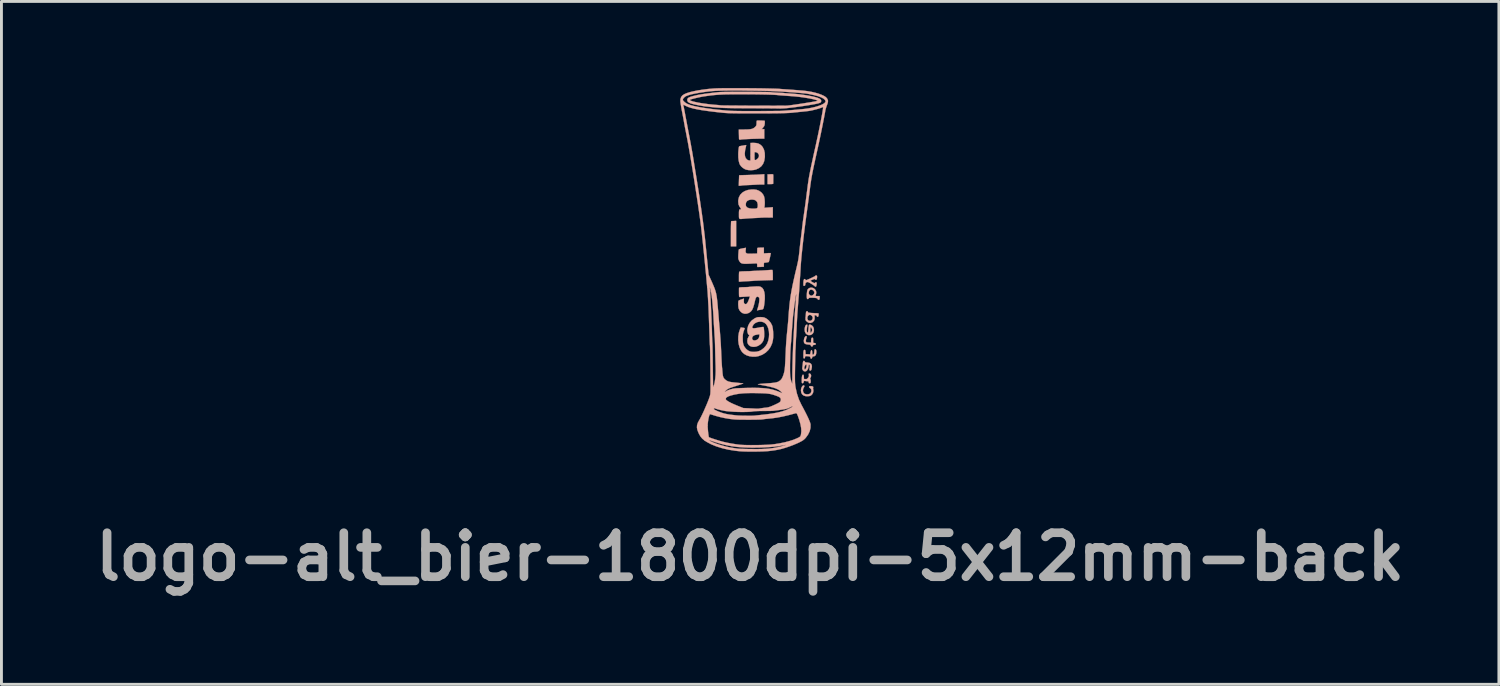
<source format=kicad_pcb>
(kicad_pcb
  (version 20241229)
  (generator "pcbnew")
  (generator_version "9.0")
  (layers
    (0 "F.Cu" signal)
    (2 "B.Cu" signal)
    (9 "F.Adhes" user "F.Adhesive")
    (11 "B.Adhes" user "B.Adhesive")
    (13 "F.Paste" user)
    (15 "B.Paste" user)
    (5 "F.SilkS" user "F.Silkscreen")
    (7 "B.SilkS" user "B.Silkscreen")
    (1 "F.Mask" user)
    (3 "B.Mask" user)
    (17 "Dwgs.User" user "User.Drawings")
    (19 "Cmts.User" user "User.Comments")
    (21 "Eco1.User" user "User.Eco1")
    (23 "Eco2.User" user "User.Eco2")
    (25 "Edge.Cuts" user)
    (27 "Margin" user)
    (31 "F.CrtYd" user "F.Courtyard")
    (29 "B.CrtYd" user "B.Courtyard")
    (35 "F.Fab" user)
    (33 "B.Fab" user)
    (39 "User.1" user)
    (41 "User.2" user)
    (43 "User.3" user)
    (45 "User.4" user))
  (footprint "logo-alt_bier-1800dpi-5x12mm-back"
    (layer "F.Cu")
    (at 22.915 6.416)
    (property "Reference" "logo-alt_bier-1800dpi-5x12mm-back" (at 0.025 9.825 0) (layer "F.Fab") (effects (font (size 1.524 1.524) (thickness 0.3))))
    (attr through_hole)
    (fp_poly (pts (xy -0.541 -1.81) (xy -0.587 -1.808) (xy -0.621 -1.806) (xy -0.633 -1.805) (xy -0.635 -1.791) (xy -0.638 -1.753) (xy -0.64 -1.693) (xy -0.642 -1.615) (xy -0.643 -1.522) (xy -0.643 -1.418) (xy -0.643 -1.367) (xy -0.643 -0.929) (xy -0.46 -0.929) (xy -0.46 -1.814) (xy -0.541 -1.81)) (stroke (width 0.01) (type solid)) (fill yes) (layer "B.SilkS"))
    (fp_poly (pts (xy 0.725 -3.429) (xy 0.627 -3.425) (xy 0.627 -3.088) (xy 0.725 -3.088) (xy 0.783 -3.09) (xy 0.815 -3.096) (xy 0.825 -3.106) (xy 0.825 -3.134) (xy 0.825 -3.181) (xy 0.825 -3.238) (xy 0.826 -3.297) (xy 0.826 -3.351) (xy 0.825 -3.393) (xy 0.825 -3.413) (xy 0.819 -3.424) (xy 0.8 -3.43) (xy 0.762 -3.431) (xy 0.725 -3.429)) (stroke (width 0.01) (type solid)) (fill yes) (layer "B.SilkS"))
    (fp_poly (pts (xy 0.383 -3.422) (xy 0.328 -3.419) (xy 0.252 -3.415) (xy 0.161 -3.411) (xy 0.062 -3.408) (xy -0.039 -3.404) (xy -0.051 -3.404) (xy -0.14 -3.401) (xy -0.219 -3.399) (xy -0.284 -3.397) (xy -0.33 -3.395) (xy -0.354 -3.394) (xy -0.356 -3.394) (xy -0.357 -3.38) (xy -0.359 -3.343) (xy -0.361 -3.289) (xy -0.364 -3.222) (xy -0.364 -3.212) (xy -0.37 -3.032) (xy -0.325 -3.032) (xy -0.293 -3.034) (xy -0.275 -3.038) (xy -0.275 -3.038) (xy -0.259 -3.041) (xy -0.22 -3.045) (xy -0.163 -3.048) (xy -0.094 -3.052) (xy -0.057 -3.054) (xy 0.024 -3.057) (xy 0.101 -3.061) (xy 0.167 -3.064) (xy 0.214 -3.067) (xy 0.224 -3.067) (xy 0.275 -3.07) (xy 0.34 -3.072) (xy 0.404 -3.073) (xy 0.514 -3.074) (xy 0.514 -3.431) (xy 0.383 -3.422)) (stroke (width 0.01) (type solid)) (fill yes) (layer "B.SilkS"))
    (fp_poly (pts (xy 1.872 3.885) (xy 1.84 3.904) (xy 1.812 3.944) (xy 1.792 3.995) (xy 1.784 4.052) (xy 1.784 4.055) (xy 1.794 4.135) (xy 1.825 4.196) (xy 1.877 4.238) (xy 1.948 4.26) (xy 2.002 4.263) (xy 2.075 4.257) (xy 2.127 4.239) (xy 2.131 4.236) (xy 2.173 4.196) (xy 2.203 4.141) (xy 2.216 4.08) (xy 2.211 4.032) (xy 2.204 3.995) (xy 2.207 3.967) (xy 2.208 3.966) (xy 2.212 3.94) (xy 2.191 3.922) (xy 2.149 3.912) (xy 2.128 3.911) (xy 2.089 3.913) (xy 2.071 3.921) (xy 2.066 3.938) (xy 2.066 3.939) (xy 2.079 3.967) (xy 2.1 3.981) (xy 2.13 4.006) (xy 2.145 4.045) (xy 2.144 4.091) (xy 2.13 4.136) (xy 2.101 4.17) (xy 2.09 4.176) (xy 2.029 4.195) (xy 1.967 4.194) (xy 1.912 4.176) (xy 1.889 4.158) (xy 1.862 4.113) (xy 1.853 4.057) (xy 1.863 3.999) (xy 1.884 3.962) (xy 1.902 3.927) (xy 1.903 3.9) (xy 1.887 3.885) (xy 1.872 3.885)) (stroke (width 0.01) (type solid)) (fill yes) (layer "B.SilkS"))
    (fp_poly (pts (xy 1.935 2.191) (xy 1.913 2.224) (xy 1.895 2.27) (xy 1.885 2.325) (xy 1.884 2.346) (xy 1.89 2.4) (xy 1.913 2.436) (xy 1.957 2.458) (xy 2.025 2.469) (xy 2.028 2.469) (xy 2.078 2.473) (xy 2.107 2.479) (xy 2.121 2.49) (xy 2.125 2.505) (xy 2.138 2.529) (xy 2.16 2.541) (xy 2.182 2.538) (xy 2.193 2.519) (xy 2.193 2.516) (xy 2.199 2.496) (xy 2.222 2.486) (xy 2.246 2.483) (xy 2.282 2.477) (xy 2.297 2.463) (xy 2.299 2.45) (xy 2.291 2.429) (xy 2.265 2.419) (xy 2.253 2.418) (xy 2.207 2.413) (xy 2.207 2.322) (xy 2.206 2.273) (xy 2.202 2.245) (xy 2.193 2.234) (xy 2.18 2.232) (xy 2.157 2.239) (xy 2.143 2.264) (xy 2.137 2.311) (xy 2.136 2.339) (xy 2.136 2.401) (xy 2.067 2.401) (xy 2.022 2.399) (xy 1.986 2.395) (xy 1.975 2.392) (xy 1.958 2.372) (xy 1.954 2.333) (xy 1.963 2.282) (xy 1.974 2.25) (xy 1.987 2.208) (xy 1.982 2.185) (xy 1.981 2.184) (xy 1.959 2.176) (xy 1.935 2.191)) (stroke (width 0.01) (type solid)) (fill yes) (layer "B.SilkS"))
    (fp_poly (pts (xy 2.066 1.789) (xy 2.055 1.821) (xy 2.048 1.876) (xy 2.044 1.921) (xy 2.039 1.98) (xy 2.032 2.027) (xy 2.026 2.056) (xy 2.022 2.062) (xy 2.007 2.051) (xy 1.994 2.032) (xy 1.985 1.997) (xy 1.986 1.94) (xy 1.997 1.86) (xy 2.004 1.825) (xy 2.008 1.793) (xy 2.001 1.782) (xy 1.98 1.782) (xy 1.952 1.8) (xy 1.93 1.841) (xy 1.916 1.901) (xy 1.912 1.961) (xy 1.922 2.031) (xy 1.951 2.087) (xy 1.996 2.126) (xy 2.051 2.145) (xy 2.113 2.141) (xy 2.154 2.125) (xy 2.198 2.086) (xy 2.225 2.032) (xy 2.235 1.971) (xy 2.233 1.951) (xy 2.171 1.951) (xy 2.17 1.981) (xy 2.159 2.013) (xy 2.139 2.05) (xy 2.124 2.06) (xy 2.114 2.043) (xy 2.109 1.999) (xy 2.108 1.971) (xy 2.111 1.913) (xy 2.119 1.88) (xy 2.132 1.873) (xy 2.149 1.893) (xy 2.158 1.913) (xy 2.171 1.951) (xy 2.233 1.951) (xy 2.229 1.908) (xy 2.205 1.852) (xy 2.164 1.809) (xy 2.151 1.801) (xy 2.111 1.783) (xy 2.084 1.778) (xy 2.066 1.789)) (stroke (width 0.01) (type solid)) (fill yes) (layer "B.SilkS"))
    (fp_poly (pts (xy 2.058 3.477) (xy 2.054 3.494) (xy 2.058 3.524) (xy 2.061 3.562) (xy 2.049 3.595) (xy 2.03 3.623) (xy 2.002 3.655) (xy 1.977 3.668) (xy 1.941 3.668) (xy 1.889 3.664) (xy 1.885 3.59) (xy 1.881 3.545) (xy 1.873 3.523) (xy 1.859 3.516) (xy 1.855 3.516) (xy 1.837 3.526) (xy 1.824 3.557) (xy 1.816 3.611) (xy 1.812 3.69) (xy 1.812 3.717) (xy 1.813 3.767) (xy 1.816 3.796) (xy 1.825 3.809) (xy 1.839 3.812) (xy 1.84 3.812) (xy 1.864 3.803) (xy 1.877 3.771) (xy 1.878 3.768) (xy 1.887 3.739) (xy 1.903 3.73) (xy 1.929 3.733) (xy 1.975 3.739) (xy 2.011 3.741) (xy 2.041 3.746) (xy 2.051 3.763) (xy 2.052 3.777) (xy 2.059 3.805) (xy 2.078 3.812) (xy 2.104 3.807) (xy 2.113 3.803) (xy 2.12 3.782) (xy 2.122 3.746) (xy 2.12 3.708) (xy 2.113 3.678) (xy 2.106 3.668) (xy 2.098 3.656) (xy 2.112 3.629) (xy 2.113 3.628) (xy 2.133 3.583) (xy 2.136 3.538) (xy 2.123 3.5) (xy 2.096 3.477) (xy 2.076 3.473) (xy 2.058 3.477)) (stroke (width 0.01) (type solid)) (fill yes) (layer "B.SilkS"))
    (fp_poly (pts (xy 0.733 -0.114) (xy 0.68 -0.11) (xy 0.666 -0.109) (xy 0.611 -0.105) (xy 0.536 -0.1) (xy 0.449 -0.095) (xy 0.36 -0.091) (xy 0.325 -0.089) (xy 0.244 -0.086) (xy 0.171 -0.082) (xy 0.11 -0.079) (xy 0.068 -0.076) (xy 0.055 -0.075) (xy 0.025 -0.073) (xy -0.027 -0.07) (xy -0.092 -0.069) (xy -0.164 -0.067) (xy -0.168 -0.067) (xy -0.236 -0.065) (xy -0.294 -0.062) (xy -0.336 -0.057) (xy -0.355 -0.052) (xy -0.356 -0.051) (xy -0.359 -0.033) (xy -0.362 0.008) (xy -0.364 0.065) (xy -0.364 0.127) (xy -0.364 0.291) (xy -0.328 0.293) (xy -0.299 0.292) (xy -0.287 0.29) (xy -0.272 0.288) (xy -0.234 0.285) (xy -0.179 0.282) (xy -0.111 0.278) (xy -0.086 0.277) (xy -0.011 0.273) (xy 0.056 0.269) (xy 0.109 0.266) (xy 0.142 0.263) (xy 0.146 0.262) (xy 0.17 0.26) (xy 0.218 0.258) (xy 0.284 0.255) (xy 0.365 0.252) (xy 0.456 0.248) (xy 0.495 0.247) (xy 0.81 0.237) (xy 0.81 0.064) (xy 0.809 -0.018) (xy 0.805 -0.076) (xy 0.799 -0.108) (xy 0.795 -0.114) (xy 0.774 -0.115) (xy 0.733 -0.114)) (stroke (width 0.01) (type solid)) (fill yes) (layer "B.SilkS"))
    (fp_poly (pts (xy 0.276 -5.291) (xy 0.27 -5.291) (xy 0.256 -5.286) (xy 0.249 -5.268) (xy 0.246 -5.232) (xy 0.246 -5.203) (xy 0.244 -5.154) (xy 0.237 -5.121) (xy 0.221 -5.094) (xy 0.193 -5.064) (xy 0.156 -5.034) (xy 0.114 -5.011) (xy 0.061 -4.995) (xy -0.007 -4.985) (xy -0.095 -4.98) (xy -0.189 -4.979) (xy -0.368 -4.979) (xy -0.366 -4.835) (xy -0.364 -4.77) (xy -0.363 -4.714) (xy -0.362 -4.673) (xy -0.362 -4.658) (xy -0.354 -4.633) (xy -0.328 -4.626) (xy -0.3 -4.629) (xy -0.289 -4.632) (xy -0.274 -4.635) (xy -0.234 -4.638) (xy -0.176 -4.642) (xy -0.103 -4.646) (xy -0.021 -4.65) (xy 0.066 -4.654) (xy 0.153 -4.657) (xy 0.236 -4.659) (xy 0.31 -4.661) (xy 0.369 -4.662) (xy 0.514 -4.662) (xy 0.514 -4.828) (xy 0.514 -4.993) (xy 0.424 -4.993) (xy 0.46 -5.032) (xy 0.489 -5.068) (xy 0.512 -5.102) (xy 0.513 -5.105) (xy 0.522 -5.133) (xy 0.529 -5.175) (xy 0.532 -5.221) (xy 0.532 -5.259) (xy 0.527 -5.281) (xy 0.526 -5.282) (xy 0.511 -5.284) (xy 0.475 -5.287) (xy 0.426 -5.289) (xy 0.371 -5.291) (xy 0.318 -5.291) (xy 0.276 -5.291)) (stroke (width 0.01) (type solid)) (fill yes) (layer "B.SilkS"))
    (fp_poly (pts (xy 1.87 3.04) (xy 1.86 3.055) (xy 1.853 3.089) (xy 1.849 3.124) (xy 1.843 3.182) (xy 1.836 3.239) (xy 1.832 3.269) (xy 1.834 3.324) (xy 1.854 3.366) (xy 1.887 3.394) (xy 1.928 3.403) (xy 1.97 3.389) (xy 1.993 3.37) (xy 2.026 3.319) (xy 2.046 3.254) (xy 2.052 3.202) (xy 2.054 3.186) (xy 1.98 3.186) (xy 1.978 3.225) (xy 1.978 3.226) (xy 1.967 3.275) (xy 1.951 3.31) (xy 1.932 3.329) (xy 1.915 3.329) (xy 1.902 3.306) (xy 1.899 3.294) (xy 1.902 3.258) (xy 1.915 3.218) (xy 1.934 3.183) (xy 1.955 3.164) (xy 1.961 3.163) (xy 1.975 3.167) (xy 1.98 3.186) (xy 2.054 3.186) (xy 2.056 3.175) (xy 2.07 3.171) (xy 2.075 3.173) (xy 2.088 3.184) (xy 2.092 3.208) (xy 2.089 3.246) (xy 2.083 3.292) (xy 2.078 3.33) (xy 2.077 3.339) (xy 2.083 3.364) (xy 2.104 3.372) (xy 2.126 3.37) (xy 2.14 3.35) (xy 2.15 3.323) (xy 2.164 3.241) (xy 2.157 3.178) (xy 2.128 3.132) (xy 2.077 3.104) (xy 2.004 3.093) (xy 1.988 3.092) (xy 1.948 3.09) (xy 1.928 3.079) (xy 1.921 3.064) (xy 1.903 3.041) (xy 1.885 3.036) (xy 1.87 3.04)) (stroke (width 0.01) (type solid)) (fill yes) (layer "B.SilkS"))
    (fp_poly (pts (xy 2.262 2.638) (xy 2.252 2.67) (xy 2.249 2.706) (xy 2.244 2.765) (xy 2.229 2.806) (xy 2.205 2.824) (xy 2.2 2.824) (xy 2.187 2.815) (xy 2.179 2.784) (xy 2.176 2.743) (xy 2.171 2.694) (xy 2.163 2.669) (xy 2.151 2.662) (xy 2.135 2.674) (xy 2.122 2.711) (xy 2.117 2.737) (xy 2.104 2.811) (xy 2.025 2.807) (xy 1.946 2.803) (xy 1.942 2.729) (xy 1.937 2.685) (xy 1.929 2.662) (xy 1.915 2.655) (xy 1.911 2.655) (xy 1.893 2.659) (xy 1.881 2.674) (xy 1.873 2.703) (xy 1.869 2.753) (xy 1.868 2.825) (xy 1.869 2.885) (xy 1.871 2.923) (xy 1.876 2.942) (xy 1.886 2.95) (xy 1.897 2.951) (xy 1.919 2.943) (xy 1.925 2.917) (xy 1.927 2.891) (xy 1.939 2.877) (xy 1.966 2.872) (xy 2.013 2.875) (xy 2.027 2.876) (xy 2.073 2.882) (xy 2.097 2.89) (xy 2.108 2.905) (xy 2.111 2.921) (xy 2.123 2.954) (xy 2.143 2.963) (xy 2.162 2.948) (xy 2.172 2.924) (xy 2.183 2.893) (xy 2.205 2.881) (xy 2.22 2.881) (xy 2.259 2.871) (xy 2.285 2.852) (xy 2.304 2.817) (xy 2.315 2.767) (xy 2.318 2.713) (xy 2.311 2.668) (xy 2.302 2.649) (xy 2.28 2.631) (xy 2.262 2.638)) (stroke (width 0.01) (type solid)) (fill yes) (layer "B.SilkS"))
    (fp_poly (pts (xy 2.103 0.502) (xy 2.05 0.527) (xy 2.014 0.565) (xy 2.004 0.594) (xy 1.995 0.643) (xy 1.989 0.702) (xy 1.986 0.763) (xy 1.986 0.82) (xy 1.99 0.864) (xy 1.998 0.887) (xy 2.02 0.897) (xy 2.043 0.888) (xy 2.052 0.868) (xy 2.06 0.857) (xy 2.086 0.851) (xy 2.135 0.849) (xy 2.142 0.849) (xy 2.236 0.851) (xy 2.303 0.858) (xy 2.345 0.871) (xy 2.362 0.889) (xy 2.362 0.893) (xy 2.373 0.913) (xy 2.398 0.92) (xy 2.423 0.911) (xy 2.423 0.91) (xy 2.429 0.891) (xy 2.433 0.856) (xy 2.433 0.846) (xy 2.433 0.792) (xy 2.361 0.792) (xy 2.318 0.791) (xy 2.298 0.787) (xy 2.294 0.775) (xy 2.297 0.76) (xy 2.312 0.703) (xy 2.314 0.672) (xy 2.249 0.672) (xy 2.237 0.713) (xy 2.207 0.75) (xy 2.167 0.774) (xy 2.144 0.778) (xy 2.107 0.768) (xy 2.08 0.75) (xy 2.058 0.71) (xy 2.055 0.661) (xy 2.069 0.613) (xy 2.099 0.578) (xy 2.1 0.577) (xy 2.138 0.567) (xy 2.179 0.577) (xy 2.217 0.604) (xy 2.243 0.64) (xy 2.249 0.672) (xy 2.314 0.672) (xy 2.315 0.661) (xy 2.308 0.624) (xy 2.301 0.605) (xy 2.266 0.551) (xy 2.217 0.516) (xy 2.16 0.499) (xy 2.103 0.502)) (stroke (width 0.01) (type solid)) (fill yes) (layer "B.SilkS"))
    (fp_poly (pts (xy 1.972 1.324) (xy 1.962 1.341) (xy 1.957 1.378) (xy 1.956 1.392) (xy 1.952 1.449) (xy 1.946 1.514) (xy 1.944 1.544) (xy 1.941 1.591) (xy 1.944 1.621) (xy 1.959 1.646) (xy 1.986 1.674) (xy 2.041 1.713) (xy 2.102 1.724) (xy 2.165 1.708) (xy 2.188 1.695) (xy 2.235 1.649) (xy 2.258 1.589) (xy 2.258 1.544) (xy 2.193 1.544) (xy 2.182 1.592) (xy 2.154 1.628) (xy 2.116 1.648) (xy 2.074 1.65) (xy 2.035 1.63) (xy 2.03 1.624) (xy 2.008 1.583) (xy 2.006 1.537) (xy 2.02 1.492) (xy 2.047 1.458) (xy 2.086 1.442) (xy 2.094 1.441) (xy 2.134 1.454) (xy 2.169 1.485) (xy 2.19 1.525) (xy 2.193 1.544) (xy 2.258 1.544) (xy 2.259 1.519) (xy 2.254 1.48) (xy 2.258 1.461) (xy 2.273 1.456) (xy 2.286 1.455) (xy 2.319 1.465) (xy 2.33 1.484) (xy 2.346 1.507) (xy 2.362 1.512) (xy 2.381 1.503) (xy 2.392 1.473) (xy 2.394 1.459) (xy 2.397 1.422) (xy 2.396 1.398) (xy 2.395 1.395) (xy 2.378 1.39) (xy 2.343 1.386) (xy 2.314 1.385) (xy 2.261 1.384) (xy 2.194 1.38) (xy 2.132 1.376) (xy 2.076 1.37) (xy 2.044 1.364) (xy 2.028 1.355) (xy 2.024 1.342) (xy 2.024 1.34) (xy 2.016 1.319) (xy 1.992 1.317) (xy 1.972 1.324)) (stroke (width 0.01) (type solid)) (fill yes) (layer "B.SilkS"))
    (fp_poly (pts (xy 2.296 0.077) (xy 2.282 0.092) (xy 2.266 0.104) (xy 2.23 0.123) (xy 2.18 0.148) (xy 2.124 0.174) (xy 2.067 0.2) (xy 2.015 0.222) (xy 1.975 0.237) (xy 1.954 0.242) (xy 1.941 0.23) (xy 1.939 0.221) (xy 1.927 0.203) (xy 1.912 0.2) (xy 1.892 0.21) (xy 1.878 0.242) (xy 1.87 0.299) (xy 1.868 0.365) (xy 1.869 0.409) (xy 1.874 0.431) (xy 1.885 0.438) (xy 1.9 0.437) (xy 1.923 0.428) (xy 1.933 0.403) (xy 1.936 0.381) (xy 1.944 0.343) (xy 1.965 0.321) (xy 1.982 0.312) (xy 2.003 0.305) (xy 2.024 0.306) (xy 2.051 0.315) (xy 2.09 0.335) (xy 2.137 0.362) (xy 2.188 0.394) (xy 2.229 0.422) (xy 2.254 0.442) (xy 2.259 0.449) (xy 2.278 0.465) (xy 2.291 0.468) (xy 2.308 0.46) (xy 2.319 0.434) (xy 2.325 0.403) (xy 2.329 0.361) (xy 2.328 0.332) (xy 2.326 0.325) (xy 2.305 0.313) (xy 2.28 0.319) (xy 2.269 0.333) (xy 2.26 0.343) (xy 2.241 0.341) (xy 2.207 0.324) (xy 2.195 0.317) (xy 2.148 0.289) (xy 2.124 0.271) (xy 2.122 0.257) (xy 2.141 0.243) (xy 2.172 0.229) (xy 2.228 0.207) (xy 2.263 0.2) (xy 2.277 0.209) (xy 2.278 0.214) (xy 2.289 0.225) (xy 2.304 0.228) (xy 2.323 0.22) (xy 2.335 0.192) (xy 2.339 0.172) (xy 2.343 0.131) (xy 2.341 0.099) (xy 2.34 0.095) (xy 2.321 0.075) (xy 2.296 0.077)) (stroke (width 0.01) (type solid)) (fill yes) (layer "B.SilkS"))
    (fp_poly (pts (xy 0.324 -0.885) (xy 0.287 -0.88) (xy 0.273 -0.871) (xy 0.272 -0.869) (xy 0.271 -0.846) (xy 0.27 -0.805) (xy 0.269 -0.767) (xy 0.267 -0.682) (xy 0.093 -0.678) (xy 0.018 -0.676) (xy -0.034 -0.677) (xy -0.069 -0.68) (xy -0.091 -0.687) (xy -0.107 -0.697) (xy -0.11 -0.699) (xy -0.127 -0.718) (xy -0.133 -0.744) (xy -0.132 -0.784) (xy -0.13 -0.803) (xy -0.122 -0.881) (xy -0.241 -0.861) (xy -0.31 -0.846) (xy -0.353 -0.832) (xy -0.369 -0.818) (xy -0.373 -0.795) (xy -0.378 -0.751) (xy -0.382 -0.693) (xy -0.385 -0.647) (xy -0.387 -0.579) (xy -0.387 -0.531) (xy -0.383 -0.496) (xy -0.373 -0.466) (xy -0.359 -0.435) (xy -0.335 -0.395) (xy -0.309 -0.365) (xy -0.276 -0.345) (xy -0.232 -0.333) (xy -0.173 -0.327) (xy -0.093 -0.327) (xy -0.015 -0.33) (xy 0.062 -0.333) (xy 0.131 -0.337) (xy 0.187 -0.339) (xy 0.224 -0.341) (xy 0.231 -0.341) (xy 0.253 -0.34) (xy 0.264 -0.328) (xy 0.268 -0.298) (xy 0.268 -0.28) (xy 0.27 -0.217) (xy 0.325 -0.217) (xy 0.377 -0.218) (xy 0.433 -0.221) (xy 0.44 -0.221) (xy 0.5 -0.225) (xy 0.5 -0.295) (xy 0.501 -0.338) (xy 0.508 -0.359) (xy 0.523 -0.365) (xy 0.524 -0.365) (xy 0.565 -0.368) (xy 0.61 -0.375) (xy 0.648 -0.382) (xy 0.669 -0.39) (xy 0.67 -0.391) (xy 0.676 -0.407) (xy 0.686 -0.444) (xy 0.698 -0.494) (xy 0.711 -0.55) (xy 0.723 -0.605) (xy 0.733 -0.653) (xy 0.739 -0.685) (xy 0.74 -0.693) (xy 0.727 -0.697) (xy 0.692 -0.699) (xy 0.642 -0.697) (xy 0.62 -0.695) (xy 0.5 -0.687) (xy 0.5 -0.887) (xy 0.387 -0.887) (xy 0.324 -0.885)) (stroke (width 0.01) (type solid)) (fill yes) (layer "B.SilkS"))
    (fp_poly (pts (xy 0.08 -4.515) (xy 0.034 -4.514) (xy 0.034 -3.907) (xy -0.007 -3.907) (xy -0.047 -3.916) (xy -0.082 -3.935) (xy -0.128 -3.987) (xy -0.155 -4.057) (xy -0.162 -4.146) (xy -0.151 -4.254) (xy -0.136 -4.323) (xy -0.124 -4.375) (xy -0.116 -4.416) (xy -0.113 -4.437) (xy -0.113 -4.439) (xy -0.127 -4.439) (xy -0.162 -4.434) (xy -0.208 -4.426) (xy -0.258 -4.417) (xy -0.305 -4.409) (xy -0.34 -4.401) (xy -0.356 -4.396) (xy -0.356 -4.396) (xy -0.364 -4.375) (xy -0.372 -4.332) (xy -0.379 -4.274) (xy -0.385 -4.206) (xy -0.388 -4.135) (xy -0.388 -4.127) (xy -0.386 -4.005) (xy -0.373 -3.897) (xy -0.35 -3.808) (xy -0.332 -3.764) (xy -0.289 -3.703) (xy -0.226 -3.647) (xy -0.155 -3.604) (xy -0.116 -3.589) (xy -0.033 -3.573) (xy 0.061 -3.569) (xy 0.153 -3.577) (xy 0.227 -3.594) (xy 0.33 -3.642) (xy 0.412 -3.706) (xy 0.472 -3.788) (xy 0.512 -3.888) (xy 0.532 -4.009) (xy 0.534 -4.041) (xy 0.534 -4.054) (xy 0.33 -4.054) (xy 0.308 -4) (xy 0.282 -3.969) (xy 0.248 -3.94) (xy 0.216 -3.923) (xy 0.205 -3.921) (xy 0.191 -3.923) (xy 0.183 -3.931) (xy 0.178 -3.951) (xy 0.176 -3.988) (xy 0.175 -4.047) (xy 0.175 -4.064) (xy 0.176 -4.128) (xy 0.178 -4.169) (xy 0.182 -4.191) (xy 0.189 -4.199) (xy 0.197 -4.198) (xy 0.23 -4.19) (xy 0.24 -4.189) (xy 0.264 -4.18) (xy 0.293 -4.157) (xy 0.296 -4.154) (xy 0.326 -4.107) (xy 0.33 -4.054) (xy 0.534 -4.054) (xy 0.53 -4.17) (xy 0.504 -4.28) (xy 0.458 -4.372) (xy 0.413 -4.425) (xy 0.361 -4.466) (xy 0.305 -4.494) (xy 0.238 -4.51) (xy 0.153 -4.516) (xy 0.08 -4.515)) (stroke (width 0.01) (type solid)) (fill yes) (layer "B.SilkS"))
    (fp_poly (pts (xy 0.07 -2.901) (xy -0.054 -2.884) (xy -0.161 -2.846) (xy -0.249 -2.791) (xy -0.318 -2.72) (xy -0.364 -2.633) (xy -0.387 -2.534) (xy -0.389 -2.488) (xy -0.381 -2.398) (xy -0.353 -2.322) (xy -0.316 -2.266) (xy -0.293 -2.233) (xy -0.291 -2.215) (xy -0.311 -2.211) (xy -0.328 -2.212) (xy -0.344 -2.209) (xy -0.354 -2.194) (xy -0.36 -2.163) (xy -0.364 -2.111) (xy -0.364 -2.035) (xy -0.364 -2.032) (xy -0.364 -1.966) (xy -0.361 -1.921) (xy -0.352 -1.894) (xy -0.331 -1.881) (xy -0.294 -1.879) (xy -0.236 -1.884) (xy -0.185 -1.889) (xy -0.129 -1.894) (xy -0.054 -1.899) (xy 0.033 -1.905) (xy 0.121 -1.909) (xy 0.147 -1.911) (xy 0.224 -1.914) (xy 0.292 -1.918) (xy 0.345 -1.921) (xy 0.379 -1.924) (xy 0.387 -1.925) (xy 0.408 -1.926) (xy 0.452 -1.928) (xy 0.512 -1.929) (xy 0.584 -1.93) (xy 0.609 -1.93) (xy 0.81 -1.931) (xy 0.81 -2.287) (xy 0.66 -2.277) (xy 0.511 -2.267) (xy 0.521 -2.298) (xy 0.525 -2.326) (xy 0.528 -2.366) (xy 0.288 -2.366) (xy 0.286 -2.307) (xy 0.278 -2.27) (xy 0.259 -2.251) (xy 0.225 -2.242) (xy 0.184 -2.239) (xy 0.074 -2.239) (xy -0.012 -2.251) (xy -0.072 -2.275) (xy -0.092 -2.29) (xy -0.118 -2.325) (xy -0.128 -2.368) (xy -0.128 -2.389) (xy -0.116 -2.452) (xy -0.081 -2.501) (xy -0.024 -2.534) (xy 0.054 -2.551) (xy 0.091 -2.552) (xy 0.17 -2.542) (xy 0.229 -2.512) (xy 0.268 -2.463) (xy 0.286 -2.395) (xy 0.288 -2.366) (xy 0.528 -2.366) (xy 0.529 -2.374) (xy 0.531 -2.433) (xy 0.531 -2.466) (xy 0.525 -2.571) (xy 0.508 -2.656) (xy 0.475 -2.725) (xy 0.426 -2.786) (xy 0.404 -2.807) (xy 0.33 -2.858) (xy 0.246 -2.89) (xy 0.147 -2.903) (xy 0.07 -2.901)) (stroke (width 0.01) (type solid)) (fill yes) (layer "B.SilkS"))
    (fp_poly (pts (xy 0.216 0.458) (xy 0.162 0.461) (xy 0.094 0.465) (xy 0.037 0.469) (xy -0.004 0.473) (xy -0.023 0.476) (xy -0.024 0.476) (xy -0.04 0.478) (xy -0.079 0.48) (xy -0.134 0.482) (xy -0.197 0.484) (xy -0.268 0.486) (xy -0.317 0.489) (xy -0.345 0.494) (xy -0.359 0.501) (xy -0.362 0.509) (xy -0.362 0.532) (xy -0.363 0.576) (xy -0.363 0.634) (xy -0.363 0.679) (xy -0.362 0.746) (xy -0.36 0.789) (xy -0.356 0.813) (xy -0.349 0.823) (xy -0.338 0.825) (xy -0.338 0.825) (xy -0.314 0.823) (xy -0.269 0.82) (xy -0.209 0.816) (xy -0.148 0.813) (xy 0.016 0.803) (xy -0.018 0.907) (xy -0.039 0.962) (xy -0.063 1.011) (xy -0.084 1.043) (xy -0.086 1.045) (xy -0.113 1.068) (xy -0.135 1.071) (xy -0.156 1.063) (xy -0.178 1.05) (xy -0.19 1.029) (xy -0.194 0.994) (xy -0.194 0.939) (xy -0.193 0.931) (xy -0.191 0.878) (xy -0.279 0.908) (xy -0.326 0.925) (xy -0.362 0.942) (xy -0.379 0.953) (xy -0.385 0.978) (xy -0.388 1.022) (xy -0.389 1.077) (xy -0.386 1.134) (xy -0.381 1.186) (xy -0.375 1.219) (xy -0.346 1.283) (xy -0.299 1.34) (xy -0.248 1.378) (xy -0.172 1.404) (xy -0.095 1.401) (xy -0.026 1.377) (xy 0.024 1.346) (xy 0.065 1.307) (xy 0.1 1.256) (xy 0.13 1.187) (xy 0.157 1.098) (xy 0.182 0.997) (xy 0.195 0.941) (xy 0.209 0.892) (xy 0.219 0.86) (xy 0.244 0.823) (xy 0.278 0.811) (xy 0.314 0.826) (xy 0.319 0.83) (xy 0.334 0.846) (xy 0.341 0.867) (xy 0.343 0.9) (xy 0.341 0.953) (xy 0.34 0.962) (xy 0.332 1.03) (xy 0.316 1.108) (xy 0.297 1.178) (xy 0.262 1.289) (xy 0.293 1.281) (xy 0.324 1.275) (xy 0.37 1.268) (xy 0.398 1.264) (xy 0.434 1.258) (xy 0.46 1.249) (xy 0.478 1.232) (xy 0.491 1.202) (xy 0.502 1.156) (xy 0.512 1.088) (xy 0.517 1.05) (xy 0.532 0.898) (xy 0.532 0.768) (xy 0.517 0.659) (xy 0.489 0.573) (xy 0.447 0.511) (xy 0.391 0.473) (xy 0.363 0.463) (xy 0.328 0.458) (xy 0.281 0.457) (xy 0.216 0.458)) (stroke (width 0.01) (type solid)) (fill yes) (layer "B.SilkS"))
    (fp_poly (pts (xy 0.319 1.521) (xy 0.275 1.526) (xy 0.236 1.538) (xy 0.19 1.56) (xy 0.177 1.567) (xy 0.082 1.634) (xy 0.007 1.72) (xy -0.045 1.82) (xy -0.072 1.929) (xy -0.075 1.992) (xy -0.066 2.053) (xy -0.049 2.103) (xy -0.026 2.134) (xy -0.024 2.135) (xy -0.009 2.147) (xy -0.008 2.161) (xy -0.022 2.186) (xy -0.031 2.199) (xy -0.062 2.266) (xy -0.075 2.341) (xy -0.068 2.412) (xy -0.065 2.421) (xy -0.032 2.48) (xy 0.018 2.522) (xy 0.082 2.546) (xy 0.155 2.552) (xy 0.233 2.541) (xy 0.31 2.511) (xy 0.382 2.462) (xy 0.403 2.444) (xy 0.447 2.393) (xy 0.479 2.339) (xy 0.5 2.275) (xy 0.51 2.196) (xy 0.511 2.16) (xy 0.344 2.16) (xy 0.337 2.205) (xy 0.322 2.247) (xy 0.29 2.286) (xy 0.245 2.314) (xy 0.194 2.328) (xy 0.147 2.326) (xy 0.113 2.308) (xy 0.092 2.27) (xy 0.095 2.227) (xy 0.119 2.186) (xy 0.159 2.155) (xy 0.197 2.141) (xy 0.248 2.129) (xy 0.272 2.125) (xy 0.344 2.115) (xy 0.344 2.16) (xy 0.511 2.16) (xy 0.512 2.098) (xy 0.51 2.043) (xy 0.506 1.977) (xy 0.501 1.921) (xy 0.495 1.881) (xy 0.49 1.863) (xy 0.471 1.861) (xy 0.432 1.864) (xy 0.376 1.872) (xy 0.337 1.88) (xy 0.245 1.897) (xy 0.178 1.906) (xy 0.133 1.907) (xy 0.107 1.898) (xy 0.098 1.88) (xy 0.102 1.851) (xy 0.107 1.838) (xy 0.145 1.775) (xy 0.202 1.726) (xy 0.273 1.693) (xy 0.351 1.677) (xy 0.431 1.681) (xy 0.506 1.707) (xy 0.513 1.711) (xy 0.572 1.759) (xy 0.619 1.828) (xy 0.653 1.915) (xy 0.674 2.014) (xy 0.681 2.12) (xy 0.674 2.23) (xy 0.651 2.339) (xy 0.618 2.43) (xy 0.569 2.512) (xy 0.501 2.588) (xy 0.421 2.652) (xy 0.338 2.696) (xy 0.337 2.696) (xy 0.256 2.717) (xy 0.163 2.725) (xy 0.073 2.721) (xy 0.018 2.709) (xy -0.05 2.676) (xy -0.114 2.623) (xy -0.169 2.555) (xy -0.188 2.523) (xy -0.205 2.484) (xy -0.217 2.445) (xy -0.225 2.398) (xy -0.23 2.334) (xy -0.231 2.299) (xy -0.232 2.192) (xy -0.225 2.104) (xy -0.207 2.027) (xy -0.182 1.96) (xy -0.169 1.926) (xy -0.164 1.904) (xy -0.165 1.902) (xy -0.181 1.897) (xy -0.216 1.89) (xy -0.236 1.887) (xy -0.301 1.878) (xy -0.329 1.945) (xy -0.367 2.062) (xy -0.386 2.19) (xy -0.389 2.322) (xy -0.374 2.451) (xy -0.342 2.569) (xy -0.312 2.638) (xy -0.277 2.699) (xy -0.24 2.745) (xy -0.193 2.787) (xy -0.175 2.801) (xy -0.095 2.846) (xy 0.003 2.877) (xy 0.11 2.892) (xy 0.219 2.89) (xy 0.312 2.873) (xy 0.444 2.824) (xy 0.559 2.753) (xy 0.655 2.661) (xy 0.732 2.552) (xy 0.787 2.426) (xy 0.813 2.315) (xy 0.823 2.227) (xy 0.825 2.128) (xy 0.821 2.026) (xy 0.811 1.93) (xy 0.796 1.848) (xy 0.783 1.806) (xy 0.736 1.716) (xy 0.669 1.636) (xy 0.591 1.573) (xy 0.565 1.558) (xy 0.52 1.537) (xy 0.476 1.526) (xy 0.423 1.521) (xy 0.38 1.52) (xy 0.319 1.521)) (stroke (width 0.01) (type solid)) (fill yes) (layer "B.SilkS"))
    (fp_poly (pts (xy -0.408 -6.285) (xy -0.541 -6.285) (xy -0.664 -6.284) (xy -0.776 -6.283) (xy -0.874 -6.282) (xy -0.953 -6.28) (xy -1.011 -6.278) (xy -1.046 -6.276) (xy -1.242 -6.255) (xy -1.411 -6.234) (xy -1.554 -6.215) (xy -1.673 -6.198) (xy -1.768 -6.181) (xy -1.815 -6.171) (xy -1.921 -6.146) (xy -2.004 -6.124) (xy -2.064 -6.104) (xy -2.107 -6.085) (xy -2.133 -6.064) (xy -2.148 -6.04) (xy -2.153 -6.012) (xy -2.153 -6.002) (xy -2.148 -5.967) (xy -2.13 -5.937) (xy -2.096 -5.911) (xy -2.045 -5.887) (xy -1.972 -5.865) (xy -1.876 -5.842) (xy -1.805 -5.827) (xy -1.724 -5.812) (xy -1.644 -5.798) (xy -1.575 -5.786) (xy -1.523 -5.779) (xy -1.511 -5.778) (xy -1.457 -5.772) (xy -1.388 -5.765) (xy -1.315 -5.757) (xy -1.293 -5.755) (xy -1.217 -5.747) (xy -1.14 -5.741) (xy -1.057 -5.735) (xy -0.967 -5.73) (xy -0.867 -5.726) (xy -0.754 -5.723) (xy -0.626 -5.72) (xy -0.481 -5.718) (xy -0.315 -5.717) (xy -0.127 -5.715) (xy 0.087 -5.715) (xy 0.124 -5.715) (xy 0.281 -5.714) (xy 0.429 -5.714) (xy 0.568 -5.713) (xy 0.693 -5.712) (xy 0.803 -5.711) (xy 0.895 -5.71) (xy 0.967 -5.709) (xy 1.016 -5.708) (xy 1.04 -5.708) (xy 1.042 -5.707) (xy 1.067 -5.706) (xy 1.114 -5.708) (xy 1.174 -5.711) (xy 1.226 -5.714) (xy 1.316 -5.722) (xy 1.422 -5.734) (xy 1.541 -5.748) (xy 1.666 -5.765) (xy 1.796 -5.783) (xy 1.924 -5.802) (xy 2.046 -5.821) (xy 2.159 -5.84) (xy 2.258 -5.858) (xy 2.338 -5.874) (xy 2.395 -5.888) (xy 2.401 -5.89) (xy 2.447 -5.906) (xy 2.472 -5.923) (xy 2.484 -5.947) (xy 2.484 -5.949) (xy 2.485 -5.975) (xy 2.357 -5.975) (xy 2.34 -5.967) (xy 2.314 -5.96) (xy 2.265 -5.95) (xy 2.195 -5.938) (xy 2.11 -5.923) (xy 2.013 -5.908) (xy 1.908 -5.891) (xy 1.8 -5.874) (xy 1.691 -5.858) (xy 1.587 -5.843) (xy 1.491 -5.829) (xy 1.407 -5.818) (xy 1.339 -5.81) (xy 1.311 -5.807) (xy 1.285 -5.806) (xy 1.235 -5.805) (xy 1.162 -5.804) (xy 1.069 -5.804) (xy 0.959 -5.804) (xy 0.834 -5.803) (xy 0.697 -5.804) (xy 0.551 -5.804) (xy 0.398 -5.804) (xy 0.242 -5.805) (xy 0.083 -5.805) (xy -0.074 -5.806) (xy -0.227 -5.807) (xy -0.374 -5.808) (xy -0.511 -5.809) (xy -0.637 -5.81) (xy -0.749 -5.811) (xy -0.844 -5.812) (xy -0.919 -5.813) (xy -0.972 -5.815) (xy -1 -5.816) (xy -1.003 -5.816) (xy -1.038 -5.821) (xy -1.09 -5.827) (xy -1.15 -5.832) (xy -1.159 -5.832) (xy -1.293 -5.844) (xy -1.424 -5.858) (xy -1.551 -5.875) (xy -1.669 -5.892) (xy -1.777 -5.911) (xy -1.871 -5.931) (xy -1.95 -5.95) (xy -2.01 -5.968) (xy -2.048 -5.986) (xy -2.063 -6.002) (xy -2.06 -6.01) (xy -2.04 -6.019) (xy -1.997 -6.033) (xy -1.937 -6.049) (xy -1.866 -6.067) (xy -1.788 -6.085) (xy -1.709 -6.102) (xy -1.634 -6.117) (xy -1.568 -6.128) (xy -1.568 -6.128) (xy -1.454 -6.144) (xy -1.35 -6.158) (xy -1.251 -6.169) (xy -1.154 -6.178) (xy -1.053 -6.185) (xy -0.946 -6.191) (xy -0.828 -6.195) (xy -0.696 -6.197) (xy -0.545 -6.199) (xy -0.371 -6.199) (xy -0.291 -6.199) (xy -0.089 -6.199) (xy 0.104 -6.198) (xy 0.285 -6.196) (xy 0.453 -6.193) (xy 0.604 -6.19) (xy 0.736 -6.186) (xy 0.848 -6.181) (xy 0.935 -6.176) (xy 0.986 -6.171) (xy 1.028 -6.167) (xy 1.081 -6.162) (xy 1.148 -6.157) (xy 1.233 -6.151) (xy 1.34 -6.143) (xy 1.445 -6.136) (xy 1.579 -6.125) (xy 1.716 -6.111) (xy 1.852 -6.093) (xy 1.981 -6.073) (xy 2.1 -6.052) (xy 2.202 -6.031) (xy 2.285 -6.009) (xy 2.327 -5.995) (xy 2.354 -5.983) (xy 2.357 -5.975) (xy 2.485 -5.975) (xy 2.486 -5.984) (xy 2.471 -6.015) (xy 2.436 -6.044) (xy 2.379 -6.07) (xy 2.298 -6.097) (xy 2.228 -6.115) (xy 2.124 -6.138) (xy 1.999 -6.161) (xy 1.858 -6.182) (xy 1.71 -6.201) (xy 1.56 -6.216) (xy 1.415 -6.227) (xy 1.381 -6.229) (xy 1.315 -6.233) (xy 1.26 -6.237) (xy 1.221 -6.24) (xy 1.205 -6.243) (xy 1.205 -6.243) (xy 1.189 -6.245) (xy 1.15 -6.248) (xy 1.093 -6.251) (xy 1.023 -6.255) (xy 0.986 -6.256) (xy 0.909 -6.26) (xy 0.839 -6.264) (xy 0.783 -6.268) (xy 0.747 -6.272) (xy 0.739 -6.273) (xy 0.715 -6.275) (xy 0.665 -6.277) (xy 0.593 -6.279) (xy 0.502 -6.281) (xy 0.395 -6.282) (xy 0.276 -6.283) (xy 0.146 -6.284) (xy 0.01 -6.285) (xy -0.13 -6.285) (xy -0.27 -6.285) (xy -0.408 -6.285)) (stroke (width 0.01) (type solid)) (fill yes) (layer "B.SilkS"))
    (fp_poly (pts (xy -0.685 -6.411) (xy -0.828 -6.41) (xy -0.956 -6.409) (xy -1.068 -6.407) (xy -1.159 -6.404) (xy -1.228 -6.401) (xy -1.236 -6.4) (xy -1.425 -6.384) (xy -1.613 -6.361) (xy -1.793 -6.333) (xy -1.957 -6.3) (xy -2.07 -6.272) (xy -2.179 -6.237) (xy -2.263 -6.2) (xy -2.324 -6.158) (xy -2.364 -6.108) (xy -2.386 -6.048) (xy -2.393 -5.977) (xy -2.393 -5.976) (xy -2.391 -5.938) (xy -2.383 -5.878) (xy -2.371 -5.802) (xy -2.357 -5.715) (xy -2.34 -5.623) (xy -2.337 -5.611) (xy -2.319 -5.514) (xy -2.3 -5.417) (xy -2.283 -5.326) (xy -2.269 -5.248) (xy -2.259 -5.191) (xy -2.259 -5.191) (xy -2.249 -5.136) (xy -2.235 -5.061) (xy -2.218 -4.97) (xy -2.198 -4.871) (xy -2.179 -4.769) (xy -2.173 -4.739) (xy -2.146 -4.602) (xy -2.116 -4.441) (xy -2.084 -4.258) (xy -2.049 -4.058) (xy -2.013 -3.843) (xy -1.976 -3.618) (xy -1.938 -3.385) (xy -1.901 -3.149) (xy -1.864 -2.912) (xy -1.828 -2.678) (xy -1.793 -2.451) (xy -1.761 -2.233) (xy -1.732 -2.029) (xy -1.706 -1.841) (xy -1.684 -1.674) (xy -1.681 -1.649) (xy -1.671 -1.566) (xy -1.659 -1.459) (xy -1.645 -1.332) (xy -1.629 -1.187) (xy -1.612 -1.029) (xy -1.595 -0.861) (xy -1.577 -0.688) (xy -1.559 -0.513) (xy -1.542 -0.339) (xy -1.526 -0.171) (xy -1.51 -0.011) (xy -1.496 0.135) (xy -1.49 0.2) (xy -1.482 0.296) (xy -1.473 0.387) (xy -1.466 0.468) (xy -1.46 0.533) (xy -1.456 0.577) (xy -1.455 0.588) (xy -1.451 0.634) (xy -1.447 0.698) (xy -1.442 0.768) (xy -1.441 0.792) (xy -1.436 0.867) (xy -1.432 0.947) (xy -1.428 1.018) (xy -1.427 1.032) (xy -1.424 1.086) (xy -1.42 1.159) (xy -1.417 1.243) (xy -1.413 1.329) (xy -1.413 1.35) (xy -1.409 1.443) (xy -1.405 1.545) (xy -1.402 1.643) (xy -1.399 1.725) (xy -1.398 1.731) (xy -1.396 1.801) (xy -1.393 1.891) (xy -1.389 1.993) (xy -1.386 2.098) (xy -1.383 2.182) (xy -1.38 2.272) (xy -1.377 2.355) (xy -1.374 2.426) (xy -1.371 2.481) (xy -1.368 2.512) (xy -1.368 2.514) (xy -1.367 2.537) (xy -1.365 2.585) (xy -1.363 2.657) (xy -1.361 2.748) (xy -1.36 2.857) (xy -1.358 2.98) (xy -1.356 3.116) (xy -1.354 3.26) (xy -1.353 3.368) (xy -1.352 3.539) (xy -1.35 3.684) (xy -1.35 3.806) (xy -1.349 3.907) (xy -1.349 3.99) (xy -1.35 4.056) (xy -1.351 4.109) (xy -1.354 4.15) (xy -1.356 4.183) (xy -1.36 4.208) (xy -1.365 4.23) (xy -1.37 4.25) (xy -1.374 4.264) (xy -1.401 4.344) (xy -1.438 4.44) (xy -1.482 4.548) (xy -1.531 4.662) (xy -1.581 4.775) (xy -1.631 4.882) (xy -1.678 4.978) (xy -1.719 5.056) (xy -1.741 5.092) (xy -1.788 5.18) (xy -1.814 5.261) (xy -1.82 5.34) (xy -1.806 5.424) (xy -1.77 5.519) (xy -1.743 5.576) (xy -1.694 5.659) (xy -1.635 5.73) (xy -1.559 5.793) (xy -1.487 5.841) (xy -1.328 5.926) (xy -1.145 6) (xy -0.943 6.063) (xy -0.724 6.114) (xy -0.492 6.151) (xy -0.333 6.168) (xy -0.236 6.174) (xy -0.118 6.178) (xy 0.015 6.18) (xy 0.155 6.18) (xy 0.296 6.178) (xy 0.432 6.175) (xy 0.554 6.169) (xy 0.657 6.162) (xy 0.676 6.16) (xy 0.763 6.15) (xy 0.858 6.137) (xy 0.947 6.122) (xy 1.006 6.111) (xy 1.12 6.084) (xy 1.25 6.046) (xy 1.386 6) (xy 1.521 5.95) (xy 1.527 5.947) (xy 1.257 5.947) (xy 1.248 5.954) (xy 1.216 5.965) (xy 1.169 5.98) (xy 1.11 5.996) (xy 1.047 6.012) (xy 0.983 6.026) (xy 0.944 6.034) (xy 0.825 6.055) (xy 0.703 6.071) (xy 0.573 6.082) (xy 0.432 6.089) (xy 0.273 6.092) (xy 0.092 6.091) (xy 0.048 6.091) (xy -0.058 6.089) (xy -0.156 6.087) (xy -0.243 6.084) (xy -0.315 6.082) (xy -0.367 6.08) (xy -0.395 6.078) (xy -0.397 6.078) (xy -0.431 6.073) (xy -0.483 6.065) (xy -0.542 6.057) (xy -0.552 6.055) (xy -0.665 6.036) (xy -0.787 6.01) (xy -0.912 5.977) (xy -1.035 5.941) (xy -1.149 5.903) (xy -1.251 5.864) (xy -1.334 5.827) (xy -1.378 5.802) (xy -1.401 5.785) (xy -1.405 5.779) (xy -1.398 5.781) (xy -1.186 5.853) (xy -0.99 5.912) (xy -0.803 5.958) (xy -0.619 5.993) (xy -0.432 6.018) (xy -0.235 6.034) (xy -0.022 6.042) (xy 0.14 6.043) (xy 0.335 6.041) (xy 0.521 6.034) (xy 0.695 6.024) (xy 0.853 6.011) (xy 0.99 5.994) (xy 1.104 5.974) (xy 1.122 5.971) (xy 1.179 5.959) (xy 1.224 5.95) (xy 1.251 5.947) (xy 1.257 5.947) (xy 1.527 5.947) (xy 1.646 5.897) (xy 1.72 5.863) (xy 1.792 5.826) (xy 1.845 5.795) (xy 1.886 5.765) (xy 1.923 5.731) (xy 1.952 5.699) (xy 2.031 5.59) (xy 2.086 5.476) (xy 2.087 5.473) (xy 1.798 5.473) (xy 1.787 5.574) (xy 1.782 5.6) (xy 1.773 5.631) (xy 1.761 5.653) (xy 1.741 5.671) (xy 1.706 5.691) (xy 1.652 5.718) (xy 1.651 5.718) (xy 1.531 5.768) (xy 1.388 5.814) (xy 1.23 5.856) (xy 1.062 5.891) (xy 0.89 5.919) (xy 0.752 5.935) (xy 0.665 5.941) (xy 0.559 5.946) (xy 0.44 5.95) (xy 0.312 5.953) (xy 0.181 5.954) (xy 0.052 5.955) (xy -0.069 5.954) (xy -0.178 5.951) (xy -0.268 5.947) (xy -0.33 5.943) (xy -0.463 5.926) (xy -0.611 5.902) (xy -0.761 5.874) (xy -0.901 5.843) (xy -0.926 5.836) (xy -0.975 5.823) (xy -1.038 5.805) (xy -1.109 5.783) (xy -1.182 5.76) (xy -1.253 5.737) (xy -1.316 5.716) (xy -1.365 5.698) (xy -1.396 5.686) (xy -1.403 5.682) (xy -1.41 5.663) (xy -1.417 5.622) (xy -1.425 5.566) (xy -1.433 5.5) (xy -1.439 5.43) (xy -1.444 5.364) (xy -1.447 5.306) (xy -1.447 5.287) (xy -1.444 5.219) (xy -1.437 5.146) (xy -1.426 5.074) (xy -1.413 5.006) (xy -1.398 4.948) (xy -1.383 4.906) (xy -1.369 4.885) (xy -1.362 4.883) (xy -1.341 4.889) (xy -1.299 4.902) (xy -1.243 4.919) (xy -1.188 4.937) (xy -1.025 4.981) (xy -0.848 5.02) (xy -0.672 5.049) (xy -0.516 5.066) (xy -0.462 5.069) (xy -0.388 5.072) (xy -0.299 5.073) (xy -0.199 5.074) (xy -0.092 5.075) (xy 0.016 5.075) (xy 0.121 5.074) (xy 0.22 5.073) (xy 0.307 5.071) (xy 0.378 5.069) (xy 0.428 5.066) (xy 0.45 5.063) (xy 0.49 5.057) (xy 0.542 5.05) (xy 0.563 5.048) (xy 0.607 5.044) (xy 0.67 5.037) (xy 0.741 5.03) (xy 0.789 5.025) (xy 0.956 5.002) (xy 1.143 4.967) (xy 1.349 4.919) (xy 1.569 4.86) (xy 1.615 4.847) (xy 1.631 4.853) (xy 1.65 4.88) (xy 1.673 4.931) (xy 1.701 5.007) (xy 1.726 5.082) (xy 1.767 5.23) (xy 1.791 5.36) (xy 1.798 5.473) (xy 2.087 5.473) (xy 2.115 5.359) (xy 2.117 5.244) (xy 2.116 5.232) (xy 2.104 5.184) (xy 2.078 5.114) (xy 2.038 5.022) (xy 1.985 4.911) (xy 1.919 4.781) (xy 1.842 4.634) (xy 1.828 4.609) (xy 1.501 4.609) (xy 1.489 4.624) (xy 1.456 4.647) (xy 1.408 4.674) (xy 1.351 4.703) (xy 1.289 4.731) (xy 1.247 4.747) (xy 1.153 4.78) (xy 1.053 4.808) (xy 0.942 4.833) (xy 0.818 4.856) (xy 0.677 4.877) (xy 0.513 4.897) (xy 0.365 4.913) (xy 0.3 4.92) (xy 0.242 4.926) (xy 0.2 4.931) (xy 0.182 4.933) (xy 0.149 4.935) (xy 0.093 4.937) (xy 0.021 4.937) (xy -0.062 4.937) (xy -0.15 4.936) (xy -0.236 4.935) (xy -0.316 4.933) (xy -0.384 4.93) (xy -0.432 4.927) (xy -0.446 4.926) (xy -0.512 4.918) (xy -0.583 4.91) (xy -0.622 4.905) (xy -0.682 4.898) (xy -0.752 4.886) (xy -0.811 4.875) (xy -0.874 4.86) (xy -0.945 4.839) (xy -1.017 4.813) (xy -1.087 4.786) (xy -1.148 4.759) (xy -1.197 4.734) (xy -1.228 4.714) (xy -1.236 4.702) (xy -1.225 4.682) (xy -1.199 4.679) (xy -1.182 4.686) (xy -1.149 4.699) (xy -1.095 4.715) (xy -1.028 4.733) (xy -0.955 4.75) (xy -0.884 4.764) (xy -0.848 4.771) (xy -0.762 4.782) (xy -0.66 4.791) (xy -0.547 4.799) (xy -0.427 4.804) (xy -0.307 4.807) (xy -0.191 4.807) (xy -0.084 4.805) (xy 0.009 4.801) (xy 0.083 4.794) (xy 0.12 4.788) (xy 0.154 4.783) (xy 0.211 4.779) (xy 0.285 4.776) (xy 0.371 4.773) (xy 0.463 4.772) (xy 0.48 4.772) (xy 0.572 4.772) (xy 0.658 4.771) (xy 0.733 4.77) (xy 0.791 4.768) (xy 0.827 4.766) (xy 0.831 4.765) (xy 0.952 4.75) (xy 1.047 4.737) (xy 1.123 4.726) (xy 1.18 4.717) (xy 1.225 4.709) (xy 1.259 4.702) (xy 1.286 4.695) (xy 1.297 4.692) (xy 1.34 4.677) (xy 1.372 4.664) (xy 1.381 4.658) (xy 1.402 4.646) (xy 1.434 4.632) (xy 1.467 4.618) (xy 1.493 4.61) (xy 1.501 4.609) (xy 1.828 4.609) (xy 1.798 4.553) (xy 1.715 4.377) (xy 1.086 4.377) (xy 1.082 4.409) (xy 1.075 4.433) (xy 1.061 4.454) (xy 1.036 4.476) (xy 0.997 4.499) (xy 0.939 4.528) (xy 0.86 4.565) (xy 0.85 4.569) (xy 0.773 4.603) (xy 0.713 4.626) (xy 0.662 4.642) (xy 0.612 4.652) (xy 0.553 4.659) (xy 0.542 4.66) (xy 0.477 4.668) (xy 0.417 4.676) (xy 0.371 4.683) (xy 0.358 4.686) (xy 0.313 4.692) (xy 0.259 4.694) (xy 0.238 4.693) (xy 0.197 4.691) (xy 0.136 4.687) (xy 0.062 4.684) (xy -0.016 4.68) (xy -0.023 4.68) (xy -0.213 4.671) (xy -0.43 4.585) (xy -0.543 4.537) (xy -0.641 4.492) (xy -0.719 4.45) (xy -0.777 4.413) (xy -0.811 4.382) (xy -0.818 4.37) (xy -0.818 4.334) (xy -0.79 4.3) (xy -0.734 4.268) (xy -0.652 4.238) (xy -0.543 4.21) (xy -0.533 4.207) (xy -0.434 4.188) (xy -0.338 4.173) (xy -0.239 4.163) (xy -0.131 4.156) (xy -0.01 4.153) (xy 0.129 4.152) (xy 0.261 4.154) (xy 0.389 4.157) (xy 0.493 4.161) (xy 0.578 4.165) (xy 0.65 4.173) (xy 0.714 4.182) (xy 0.774 4.196) (xy 0.834 4.213) (xy 0.901 4.236) (xy 0.943 4.251) (xy 1.012 4.279) (xy 1.057 4.307) (xy 1.08 4.338) (xy 1.086 4.377) (xy 1.715 4.377) (xy 1.711 4.368) (xy 1.645 4.17) (xy 1.599 3.96) (xy 1.592 3.918) (xy 1.586 3.877) (xy 1.582 3.833) (xy 1.579 3.784) (xy 1.577 3.726) (xy 1.576 3.655) (xy 1.576 3.568) (xy 1.577 3.461) (xy 1.579 3.332) (xy 1.58 3.255) (xy 1.582 3.131) (xy 1.584 3.015) (xy 1.586 2.91) (xy 1.588 2.819) (xy 1.59 2.745) (xy 1.591 2.693) (xy 1.593 2.664) (xy 1.593 2.662) (xy 1.596 2.633) (xy 1.599 2.582) (xy 1.602 2.515) (xy 1.606 2.44) (xy 1.607 2.415) (xy 1.61 2.332) (xy 1.614 2.251) (xy 1.618 2.18) (xy 1.621 2.126) (xy 1.621 2.119) (xy 1.625 2.066) (xy 1.629 1.996) (xy 1.633 1.917) (xy 1.635 1.858) (xy 1.64 1.75) (xy 1.646 1.649) (xy 1.651 1.55) (xy 1.657 1.449) (xy 1.664 1.342) (xy 1.673 1.226) (xy 1.683 1.097) (xy 1.694 0.95) (xy 1.708 0.782) (xy 1.712 0.736) (xy 1.625 0.736) (xy 1.622 0.764) (xy 1.617 0.804) (xy 1.612 0.859) (xy 1.608 0.912) (xy 1.592 1.129) (xy 1.578 1.318) (xy 1.567 1.481) (xy 1.559 1.619) (xy 1.553 1.733) (xy 1.552 1.759) (xy 1.547 1.867) (xy 1.542 1.97) (xy 1.536 2.075) (xy 1.53 2.192) (xy 1.523 2.316) (xy 1.521 2.353) (xy 1.518 2.395) (xy 1.516 2.446) (xy 1.513 2.509) (xy 1.51 2.587) (xy 1.507 2.681) (xy 1.503 2.797) (xy 1.498 2.935) (xy 1.494 3.043) (xy 1.492 3.128) (xy 1.489 3.232) (xy 1.487 3.345) (xy 1.486 3.458) (xy 1.486 3.544) (xy 1.484 3.833) (xy 1.457 3.765) (xy 1.441 3.715) (xy 1.426 3.651) (xy 1.415 3.588) (xy 1.411 3.542) (xy 1.408 3.472) (xy 1.406 3.383) (xy 1.406 3.279) (xy 1.406 3.166) (xy 1.408 3.047) (xy 1.411 2.927) (xy 1.414 2.811) (xy 1.418 2.704) (xy 1.423 2.609) (xy 1.429 2.531) (xy 1.429 2.528) (xy 1.436 2.449) (xy 1.444 2.363) (xy 1.449 2.286) (xy 1.451 2.26) (xy 1.464 2.081) (xy 1.475 1.929) (xy 1.484 1.8) (xy 1.492 1.693) (xy 1.499 1.605) (xy 1.505 1.535) (xy 1.511 1.479) (xy 1.516 1.437) (xy 1.516 1.434) (xy 1.537 1.267) (xy 1.556 1.126) (xy 1.571 1.009) (xy 1.584 0.916) (xy 1.595 0.845) (xy 1.603 0.794) (xy 1.61 0.761) (xy 1.614 0.747) (xy 1.623 0.73) (xy 1.625 0.736) (xy 1.712 0.736) (xy 1.72 0.637) (xy 1.723 0.588) (xy 1.728 0.521) (xy 1.732 0.449) (xy 1.734 0.418) (xy 1.738 0.347) (xy 1.743 0.277) (xy 1.747 0.219) (xy 1.748 0.2) (xy 1.756 0.096) (xy 1.764 -0.03) (xy 1.772 -0.172) (xy 1.777 -0.259) (xy 1.784 -0.357) (xy 1.794 -0.479) (xy 1.807 -0.623) (xy 1.824 -0.785) (xy 1.843 -0.962) (xy 1.864 -1.15) (xy 1.887 -1.347) (xy 1.912 -1.549) (xy 1.938 -1.753) (xy 1.965 -1.955) (xy 1.988 -2.129) (xy 2.006 -2.26) (xy 2.026 -2.402) (xy 2.045 -2.547) (xy 2.064 -2.688) (xy 2.081 -2.815) (xy 2.094 -2.919) (xy 2.105 -3.005) (xy 2.116 -3.085) (xy 2.127 -3.161) (xy 2.138 -3.236) (xy 2.151 -3.313) (xy 2.166 -3.395) (xy 2.183 -3.484) (xy 2.203 -3.582) (xy 2.226 -3.694) (xy 2.254 -3.822) (xy 2.285 -3.968) (xy 2.322 -4.135) (xy 2.364 -4.326) (xy 2.376 -4.38) (xy 2.4 -4.487) (xy 2.425 -4.606) (xy 2.452 -4.733) (xy 2.479 -4.863) (xy 2.506 -4.995) (xy 2.532 -5.123) (xy 2.556 -5.245) (xy 2.578 -5.356) (xy 2.596 -5.452) (xy 2.611 -5.531) (xy 2.621 -5.589) (xy 2.624 -5.614) (xy 2.634 -5.663) (xy 2.652 -5.727) (xy 2.655 -5.737) (xy 2.553 -5.737) (xy 2.548 -5.695) (xy 2.538 -5.63) (xy 2.524 -5.546) (xy 2.505 -5.444) (xy 2.483 -5.328) (xy 2.458 -5.2) (xy 2.431 -5.062) (xy 2.401 -4.917) (xy 2.37 -4.767) (xy 2.337 -4.616) (xy 2.305 -4.466) (xy 2.272 -4.319) (xy 2.263 -4.281) (xy 2.236 -4.159) (xy 2.207 -4.027) (xy 2.178 -3.892) (xy 2.15 -3.764) (xy 2.126 -3.65) (xy 2.115 -3.596) (xy 2.096 -3.499) (xy 2.079 -3.413) (xy 2.064 -3.331) (xy 2.05 -3.249) (xy 2.037 -3.162) (xy 2.023 -3.065) (xy 2.009 -2.952) (xy 1.992 -2.82) (xy 1.981 -2.736) (xy 1.964 -2.6) (xy 1.948 -2.472) (xy 1.93 -2.343) (xy 1.911 -2.206) (xy 1.889 -2.052) (xy 1.877 -1.966) (xy 1.863 -1.873) (xy 1.85 -1.776) (xy 1.839 -1.685) (xy 1.829 -1.607) (xy 1.826 -1.578) (xy 1.817 -1.494) (xy 1.805 -1.398) (xy 1.794 -1.308) (xy 1.791 -1.282) (xy 1.782 -1.214) (xy 1.774 -1.156) (xy 1.767 -1.101) (xy 1.761 -1.044) (xy 1.754 -0.979) (xy 1.745 -0.902) (xy 1.735 -0.805) (xy 1.728 -0.732) (xy 1.713 -0.606) (xy 1.696 -0.49) (xy 1.674 -0.372) (xy 1.645 -0.244) (xy 1.63 -0.181) (xy 1.576 0.045) (xy 1.53 0.249) (xy 1.49 0.435) (xy 1.457 0.608) (xy 1.429 0.772) (xy 1.406 0.933) (xy 1.387 1.094) (xy 1.371 1.261) (xy 1.357 1.437) (xy 1.354 1.491) (xy 1.348 1.576) (xy 1.342 1.655) (xy 1.335 1.733) (xy 1.327 1.82) (xy 1.316 1.924) (xy 1.311 1.978) (xy 1.291 2.183) (xy 1.275 2.377) (xy 1.263 2.573) (xy 1.255 2.761) (xy 1.248 2.908) (xy 1.243 3.031) (xy 1.237 3.132) (xy 1.232 3.215) (xy 1.226 3.283) (xy 1.22 3.339) (xy 1.212 3.387) (xy 1.203 3.43) (xy 1.192 3.471) (xy 1.181 3.509) (xy 1.149 3.596) (xy 1.114 3.661) (xy 1.07 3.71) (xy 1.017 3.748) (xy 0.984 3.764) (xy 0.941 3.777) (xy 0.885 3.789) (xy 0.812 3.799) (xy 0.72 3.808) (xy 0.603 3.816) (xy 0.57 3.819) (xy 0.489 3.824) (xy 0.416 3.83) (xy 0.355 3.836) (xy 0.312 3.842) (xy 0.292 3.846) (xy 0.292 3.846) (xy 0.303 3.85) (xy 0.337 3.857) (xy 0.389 3.868) (xy 0.454 3.88) (xy 0.461 3.881) (xy 0.609 3.91) (xy 0.733 3.938) (xy 0.835 3.965) (xy 0.917 3.994) (xy 0.984 4.024) (xy 1.038 4.057) (xy 1.07 4.082) (xy 1.109 4.119) (xy 1.13 4.144) (xy 1.131 4.154) (xy 1.111 4.149) (xy 1.089 4.137) (xy 1.056 4.121) (xy 1.005 4.1) (xy 0.942 4.077) (xy 0.893 4.06) (xy 0.797 4.031) (xy 0.695 4.009) (xy 0.584 3.991) (xy 0.46 3.98) (xy 0.319 3.973) (xy 0.158 3.97) (xy -0.027 3.972) (xy -0.051 3.972) (xy -0.155 3.975) (xy -0.253 3.978) (xy -0.342 3.981) (xy -0.415 3.984) (xy -0.468 3.987) (xy -0.495 3.989) (xy -0.578 4.003) (xy -0.659 4.024) (xy -0.733 4.049) (xy -0.79 4.076) (xy -0.807 4.087) (xy -0.839 4.109) (xy -0.853 4.112) (xy -0.85 4.101) (xy -0.829 4.076) (xy -0.798 4.048) (xy -0.775 4.028) (xy -0.751 4.012) (xy -0.723 3.997) (xy -0.687 3.981) (xy -0.64 3.963) (xy -0.576 3.941) (xy -0.492 3.914) (xy -0.411 3.888) (xy -0.341 3.865) (xy -0.282 3.845) (xy -0.239 3.829) (xy -0.216 3.82) (xy -0.214 3.817) (xy -0.232 3.815) (xy -0.273 3.81) (xy -0.332 3.804) (xy -0.404 3.797) (xy -0.456 3.791) (xy -0.552 3.782) (xy -0.625 3.773) (xy -0.681 3.763) (xy -0.724 3.752) (xy -0.759 3.738) (xy -0.791 3.72) (xy -0.816 3.703) (xy -0.864 3.664) (xy -0.897 3.619) (xy -0.918 3.563) (xy -0.929 3.487) (xy -0.932 3.459) (xy -0.937 3.397) (xy -0.938 3.386) (xy -1.17 3.386) (xy -1.174 3.524) (xy -1.186 3.654) (xy -1.203 3.77) (xy -1.224 3.861) (xy -1.239 3.907) (xy -1.251 3.937) (xy -1.258 3.947) (xy -1.258 3.946) (xy -1.259 3.93) (xy -1.26 3.888) (xy -1.262 3.823) (xy -1.263 3.738) (xy -1.265 3.635) (xy -1.266 3.518) (xy -1.268 3.389) (xy -1.269 3.25) (xy -1.27 3.198) (xy -1.272 3.056) (xy -1.273 2.921) (xy -1.275 2.797) (xy -1.277 2.687) (xy -1.279 2.592) (xy -1.28 2.516) (xy -1.282 2.462) (xy -1.283 2.433) (xy -1.283 2.429) (xy -1.285 2.405) (xy -1.288 2.358) (xy -1.291 2.291) (xy -1.294 2.209) (xy -1.297 2.118) (xy -1.298 2.069) (xy -1.301 1.966) (xy -1.305 1.863) (xy -1.308 1.766) (xy -1.311 1.682) (xy -1.313 1.618) (xy -1.314 1.604) (xy -1.317 1.531) (xy -1.321 1.442) (xy -1.325 1.349) (xy -1.328 1.279) (xy -1.335 1.127) (xy -1.342 0.983) (xy -1.349 0.851) (xy -1.355 0.733) (xy -1.362 0.634) (xy -1.368 0.558) (xy -1.371 0.524) (xy -1.373 0.499) (xy -1.37 0.498) (xy -1.362 0.522) (xy -1.35 0.566) (xy -1.328 0.672) (xy -1.307 0.804) (xy -1.288 0.962) (xy -1.271 1.146) (xy -1.256 1.353) (xy -1.243 1.575) (xy -1.239 1.65) (xy -1.235 1.724) (xy -1.231 1.787) (xy -1.229 1.815) (xy -1.226 1.866) (xy -1.222 1.935) (xy -1.217 2.01) (xy -1.215 2.055) (xy -1.211 2.123) (xy -1.207 2.185) (xy -1.203 2.232) (xy -1.201 2.253) (xy -1.199 2.278) (xy -1.197 2.327) (xy -1.195 2.396) (xy -1.192 2.481) (xy -1.19 2.577) (xy -1.188 2.676) (xy -1.185 2.79) (xy -1.182 2.906) (xy -1.179 3.018) (xy -1.176 3.119) (xy -1.173 3.203) (xy -1.172 3.248) (xy -1.17 3.386) (xy -0.938 3.386) (xy -0.942 3.339) (xy -0.946 3.296) (xy -0.947 3.29) (xy -0.952 3.242) (xy -0.957 3.168) (xy -0.963 3.07) (xy -0.969 2.95) (xy -0.975 2.817) (xy -0.981 2.678) (xy -0.987 2.56) (xy -0.992 2.457) (xy -0.998 2.363) (xy -1.004 2.271) (xy -1.012 2.175) (xy -1.02 2.068) (xy -1.031 1.943) (xy -1.032 1.928) (xy -1.042 1.819) (xy -1.051 1.714) (xy -1.059 1.617) (xy -1.066 1.533) (xy -1.071 1.468) (xy -1.074 1.427) (xy -1.079 1.366) (xy -1.084 1.308) (xy -1.088 1.265) (xy -1.092 1.221) (xy -1.097 1.162) (xy -1.102 1.11) (xy -1.114 0.976) (xy -1.127 0.865) (xy -1.141 0.771) (xy -1.158 0.686) (xy -1.18 0.607) (xy -1.208 0.525) (xy -1.244 0.437) (xy -1.288 0.335) (xy -1.298 0.312) (xy -1.416 0.051) (xy -1.483 -0.625) (xy -1.496 -0.761) (xy -1.509 -0.889) (xy -1.521 -1.006) (xy -1.531 -1.11) (xy -1.54 -1.197) (xy -1.547 -1.265) (xy -1.552 -1.31) (xy -1.554 -1.33) (xy -1.554 -1.33) (xy -1.557 -1.355) (xy -1.563 -1.401) (xy -1.571 -1.463) (xy -1.579 -1.535) (xy -1.582 -1.557) (xy -1.595 -1.666) (xy -1.612 -1.799) (xy -1.633 -1.951) (xy -1.656 -2.118) (xy -1.682 -2.296) (xy -1.709 -2.481) (xy -1.736 -2.667) (xy -1.765 -2.852) (xy -1.793 -3.031) (xy -1.82 -3.199) (xy -1.822 -3.215) (xy -1.839 -3.317) (xy -1.858 -3.438) (xy -1.88 -3.57) (xy -1.902 -3.706) (xy -1.923 -3.837) (xy -1.935 -3.914) (xy -1.956 -4.039) (xy -1.98 -4.183) (xy -2.008 -4.336) (xy -2.035 -4.49) (xy -2.063 -4.636) (xy -2.082 -4.739) (xy -2.107 -4.866) (xy -2.133 -5.003) (xy -2.159 -5.141) (xy -2.184 -5.274) (xy -2.207 -5.393) (xy -2.224 -5.485) (xy -2.241 -5.577) (xy -2.257 -5.66) (xy -2.271 -5.731) (xy -2.282 -5.784) (xy -2.289 -5.816) (xy -2.291 -5.822) (xy -2.294 -5.834) (xy -2.291 -5.838) (xy -2.275 -5.833) (xy -2.243 -5.817) (xy -2.203 -5.796) (xy -2.132 -5.764) (xy -2.044 -5.734) (xy -1.937 -5.705) (xy -1.809 -5.678) (xy -1.66 -5.651) (xy -1.486 -5.626) (xy -1.288 -5.6) (xy -1.095 -5.578) (xy -1.04 -5.572) (xy -0.985 -5.566) (xy -0.975 -5.565) (xy -0.919 -5.559) (xy -0.862 -5.554) (xy -0.802 -5.55) (xy -0.734 -5.546) (xy -0.658 -5.543) (xy -0.57 -5.541) (xy -0.468 -5.539) (xy -0.349 -5.538) (xy -0.21 -5.537) (xy -0.05 -5.537) (xy 0.136 -5.537) (xy 0.203 -5.537) (xy 0.44 -5.537) (xy 0.649 -5.538) (xy 0.834 -5.539) (xy 0.995 -5.541) (xy 1.133 -5.544) (xy 1.251 -5.548) (xy 1.35 -5.552) (xy 1.431 -5.557) (xy 1.496 -5.563) (xy 1.516 -5.565) (xy 1.546 -5.569) (xy 1.599 -5.574) (xy 1.668 -5.581) (xy 1.747 -5.589) (xy 1.793 -5.593) (xy 1.878 -5.602) (xy 1.96 -5.611) (xy 2.032 -5.619) (xy 2.086 -5.627) (xy 2.104 -5.63) (xy 2.169 -5.643) (xy 2.244 -5.661) (xy 2.322 -5.681) (xy 2.395 -5.702) (xy 2.456 -5.722) (xy 2.497 -5.737) (xy 2.499 -5.738) (xy 2.531 -5.751) (xy 2.551 -5.754) (xy 2.552 -5.754) (xy 2.553 -5.737) (xy 2.655 -5.737) (xy 2.674 -5.795) (xy 2.683 -5.818) (xy 2.708 -5.887) (xy 2.72 -5.938) (xy 2.72 -5.963) (xy 2.635 -5.963) (xy 2.632 -5.935) (xy 2.606 -5.901) (xy 2.556 -5.865) (xy 2.484 -5.83) (xy 2.394 -5.796) (xy 2.289 -5.764) (xy 2.173 -5.736) (xy 2.048 -5.712) (xy 1.919 -5.694) (xy 1.911 -5.693) (xy 1.826 -5.684) (xy 1.725 -5.675) (xy 1.613 -5.664) (xy 1.496 -5.654) (xy 1.381 -5.645) (xy 1.273 -5.637) (xy 1.179 -5.63) (xy 1.103 -5.625) (xy 1.078 -5.624) (xy 1.047 -5.623) (xy 0.99 -5.622) (xy 0.911 -5.622) (xy 0.813 -5.621) (xy 0.698 -5.62) (xy 0.57 -5.619) (xy 0.432 -5.619) (xy 0.286 -5.618) (xy 0.217 -5.618) (xy 0.019 -5.617) (xy -0.153 -5.618) (xy -0.302 -5.619) (xy -0.43 -5.621) (xy -0.54 -5.623) (xy -0.634 -5.626) (xy -0.714 -5.631) (xy -0.783 -5.636) (xy -0.785 -5.636) (xy -1.028 -5.659) (xy -1.252 -5.683) (xy -1.457 -5.71) (xy -1.64 -5.738) (xy -1.801 -5.767) (xy -1.938 -5.797) (xy -2.049 -5.828) (xy -2.135 -5.86) (xy -2.156 -5.87) (xy -2.207 -5.9) (xy -2.253 -5.936) (xy -2.288 -5.971) (xy -2.307 -6.001) (xy -2.309 -6.009) (xy -2.297 -6.045) (xy -2.265 -6.085) (xy -2.222 -6.121) (xy -2.198 -6.135) (xy -2.12 -6.166) (xy -2.014 -6.197) (xy -1.88 -6.226) (xy -1.719 -6.255) (xy -1.53 -6.283) (xy -1.405 -6.299) (xy -1.306 -6.309) (xy -1.189 -6.317) (xy -1.052 -6.323) (xy -0.895 -6.327) (xy -0.715 -6.329) (xy -0.511 -6.33) (xy -0.282 -6.329) (xy -0.147 -6.327) (xy -0.003 -6.325) (xy 0.136 -6.324) (xy 0.265 -6.322) (xy 0.383 -6.32) (xy 0.485 -6.318) (xy 0.57 -6.316) (xy 0.633 -6.315) (xy 0.672 -6.313) (xy 0.676 -6.313) (xy 0.728 -6.311) (xy 0.799 -6.307) (xy 0.881 -6.303) (xy 0.965 -6.3) (xy 0.979 -6.299) (xy 1.058 -6.295) (xy 1.131 -6.292) (xy 1.191 -6.288) (xy 1.233 -6.285) (xy 1.24 -6.284) (xy 1.279 -6.281) (xy 1.337 -6.277) (xy 1.404 -6.272) (xy 1.438 -6.27) (xy 1.551 -6.263) (xy 1.684 -6.252) (xy 1.827 -6.239) (xy 1.944 -6.228) (xy 2.003 -6.219) (xy 2.081 -6.205) (xy 2.169 -6.186) (xy 2.257 -6.166) (xy 2.337 -6.145) (xy 2.4 -6.127) (xy 2.409 -6.123) (xy 2.502 -6.086) (xy 2.572 -6.046) (xy 2.617 -6.004) (xy 2.635 -5.963) (xy 2.72 -5.963) (xy 2.721 -5.979) (xy 2.709 -6.018) (xy 2.686 -6.06) (xy 2.647 -6.101) (xy 2.584 -6.142) (xy 2.499 -6.182) (xy 2.397 -6.22) (xy 2.28 -6.254) (xy 2.153 -6.283) (xy 2.019 -6.307) (xy 1.881 -6.324) (xy 1.854 -6.326) (xy 1.678 -6.34) (xy 1.528 -6.352) (xy 1.399 -6.361) (xy 1.288 -6.369) (xy 1.276 -6.369) (xy 1.208 -6.374) (xy 1.146 -6.378) (xy 1.097 -6.382) (xy 1.078 -6.384) (xy 1.027 -6.388) (xy 0.951 -6.392) (xy 0.853 -6.395) (xy 0.735 -6.398) (xy 0.602 -6.401) (xy 0.455 -6.404) (xy 0.298 -6.406) (xy 0.134 -6.408) (xy -0.034 -6.409) (xy -0.202 -6.41) (xy -0.369 -6.411) (xy -0.531 -6.411) (xy -0.685 -6.411)) (stroke (width 0.01) (type solid)) (fill yes) (layer "B.SilkS")))
  (gr_rect
    (start -3 -3)
    (end 48.88 20.659)
    (stroke (width 0.1) (type default))
    (fill no)
    (layer "Edge.Cuts")))
</source>
